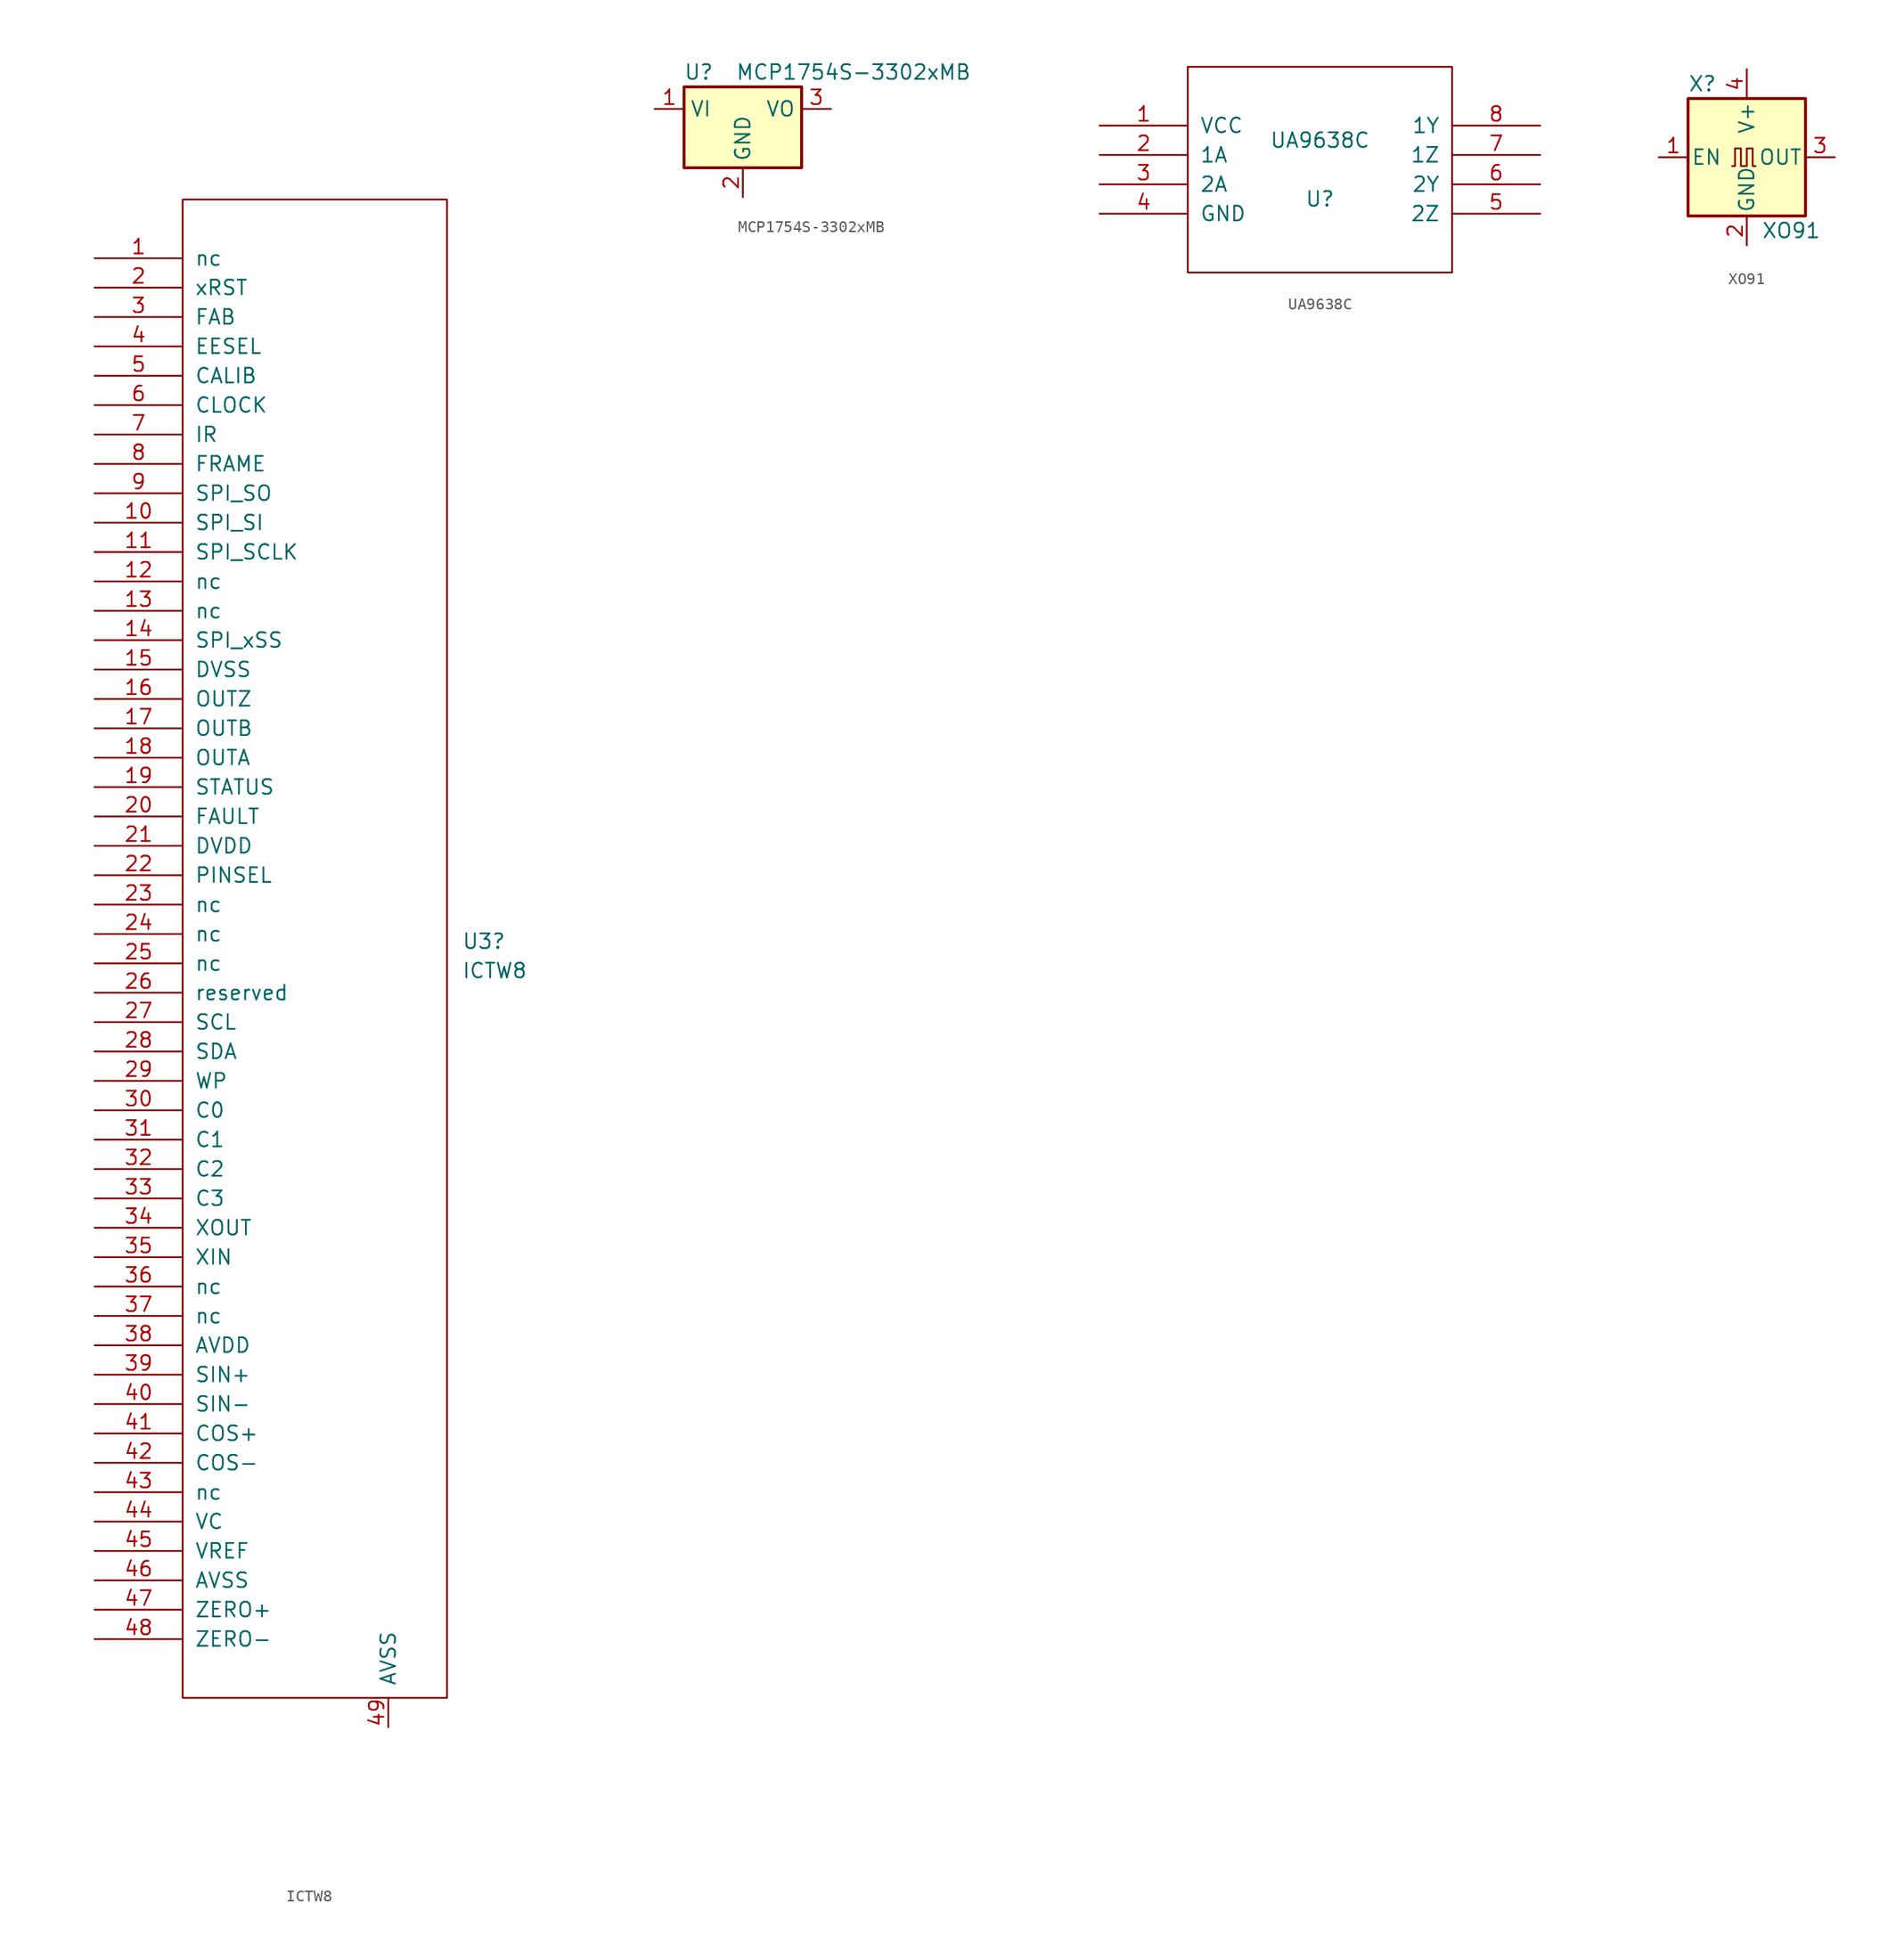
<source format=kicad_sym>
(kicad_symbol_lib
  (version 20220914)
  (generator kicad_symbol_editor)
  (symbol "ICTW8"
    (pin_names
      (offset 1.016))
    (property "Reference" "U3"
      (at 12.7 0.635 0)
      (effects (font (size 1.27 1.27)) (justify left)))
    (property "Value" "ICTW8"
      (at 12.7 -1.905 0)
      (effects (font (size 1.27 1.27)) (justify left)))
    (symbol "ICTW8_1_0"
      (rectangle (start -11.43 -64.77) (end 11.43 64.77) (stroke (width 0) (type solid)) (fill (type none))))
    (symbol "ICTW8_1_1"
      (pin input line (at -19.05 59.69 0) (length 7.62) (name "nc" (effects (font (size 1.27 1.27)))) (number "1" (effects (font (size 1.27 1.27)))))
      (pin input line (at -19.05 36.83 0) (length 7.62) (name "SPI_SI" (effects (font (size 1.27 1.27)))) (number "10" (effects (font (size 1.27 1.27)))))
      (pin input line (at -19.05 34.29 0) (length 7.62) (name "SPI_SCLK" (effects (font (size 1.27 1.27)))) (number "11" (effects (font (size 1.27 1.27)))))
      (pin input line (at -19.05 31.75 0) (length 7.62) (name "nc" (effects (font (size 1.27 1.27)))) (number "12" (effects (font (size 1.27 1.27)))))
      (pin input line (at -19.05 29.21 0) (length 7.62) (name "nc" (effects (font (size 1.27 1.27)))) (number "13" (effects (font (size 1.27 1.27)))))
      (pin input line (at -19.05 26.67 0) (length 7.62) (name "SPI_xSS" (effects (font (size 1.27 1.27)))) (number "14" (effects (font (size 1.27 1.27)))))
      (pin input line (at -19.05 24.13 0) (length 7.62) (name "DVSS" (effects (font (size 1.27 1.27)))) (number "15" (effects (font (size 1.27 1.27)))))
      (pin input line (at -19.05 21.59 0) (length 7.62) (name "OUTZ" (effects (font (size 1.27 1.27)))) (number "16" (effects (font (size 1.27 1.27)))))
      (pin input line (at -19.05 19.05 0) (length 7.62) (name "OUTB" (effects (font (size 1.27 1.27)))) (number "17" (effects (font (size 1.27 1.27)))))
      (pin input line (at -19.05 16.51 0) (length 7.62) (name "OUTA" (effects (font (size 1.27 1.27)))) (number "18" (effects (font (size 1.27 1.27)))))
      (pin input line (at -19.05 13.97 0) (length 7.62) (name "STATUS" (effects (font (size 1.27 1.27)))) (number "19" (effects (font (size 1.27 1.27)))))
      (pin input line (at -19.05 57.15 0) (length 7.62) (name "xRST" (effects (font (size 1.27 1.27)))) (number "2" (effects (font (size 1.27 1.27)))))
      (pin input line (at -19.05 11.43 0) (length 7.62) (name "FAULT" (effects (font (size 1.27 1.27)))) (number "20" (effects (font (size 1.27 1.27)))))
      (pin input line (at -19.05 8.89 0) (length 7.62) (name "DVDD" (effects (font (size 1.27 1.27)))) (number "21" (effects (font (size 1.27 1.27)))))
      (pin input line (at -19.05 6.35 0) (length 7.62) (name "PINSEL" (effects (font (size 1.27 1.27)))) (number "22" (effects (font (size 1.27 1.27)))))
      (pin input line (at -19.05 3.81 0) (length 7.62) (name "nc" (effects (font (size 1.27 1.27)))) (number "23" (effects (font (size 1.27 1.27)))))
      (pin input line (at -19.05 1.27 0) (length 7.62) (name "nc" (effects (font (size 1.27 1.27)))) (number "24" (effects (font (size 1.27 1.27)))))
      (pin input line (at -19.05 -1.27 0) (length 7.62) (name "nc" (effects (font (size 1.27 1.27)))) (number "25" (effects (font (size 1.27 1.27)))))
      (pin input line (at -19.05 -3.81 0) (length 7.62) (name "reserved" (effects (font (size 1.27 1.27)))) (number "26" (effects (font (size 1.27 1.27)))))
      (pin input line (at -19.05 -6.35 0) (length 7.62) (name "SCL" (effects (font (size 1.27 1.27)))) (number "27" (effects (font (size 1.27 1.27)))))
      (pin input line (at -19.05 -8.89 0) (length 7.62) (name "SDA" (effects (font (size 1.27 1.27)))) (number "28" (effects (font (size 1.27 1.27)))))
      (pin input line (at -19.05 -11.43 0) (length 7.62) (name "WP" (effects (font (size 1.27 1.27)))) (number "29" (effects (font (size 1.27 1.27)))))
      (pin input line (at -19.05 54.61 0) (length 7.62) (name "FAB" (effects (font (size 1.27 1.27)))) (number "3" (effects (font (size 1.27 1.27)))))
      (pin input line (at -19.05 -13.97 0) (length 7.62) (name "C0" (effects (font (size 1.27 1.27)))) (number "30" (effects (font (size 1.27 1.27)))))
      (pin input line (at -19.05 -16.51 0) (length 7.62) (name "C1" (effects (font (size 1.27 1.27)))) (number "31" (effects (font (size 1.27 1.27)))))
      (pin input line (at -19.05 -19.05 0) (length 7.62) (name "C2" (effects (font (size 1.27 1.27)))) (number "32" (effects (font (size 1.27 1.27)))))
      (pin input line (at -19.05 -21.59 0) (length 7.62) (name "C3" (effects (font (size 1.27 1.27)))) (number "33" (effects (font (size 1.27 1.27)))))
      (pin input line (at -19.05 -24.13 0) (length 7.62) (name "XOUT" (effects (font (size 1.27 1.27)))) (number "34" (effects (font (size 1.27 1.27)))))
      (pin input line (at -19.05 -26.67 0) (length 7.62) (name "XIN" (effects (font (size 1.27 1.27)))) (number "35" (effects (font (size 1.27 1.27)))))
      (pin input line (at -19.05 -29.21 0) (length 7.62) (name "nc" (effects (font (size 1.27 1.27)))) (number "36" (effects (font (size 1.27 1.27)))))
      (pin input line (at -19.05 -31.75 0) (length 7.62) (name "nc" (effects (font (size 1.27 1.27)))) (number "37" (effects (font (size 1.27 1.27)))))
      (pin input line (at -19.05 -34.29 0) (length 7.62) (name "AVDD" (effects (font (size 1.27 1.27)))) (number "38" (effects (font (size 1.27 1.27)))))
      (pin input line (at -19.05 -36.83 0) (length 7.62) (name "SIN+" (effects (font (size 1.27 1.27)))) (number "39" (effects (font (size 1.27 1.27)))))
      (pin input line (at -19.05 52.07 0) (length 7.62) (name "EESEL" (effects (font (size 1.27 1.27)))) (number "4" (effects (font (size 1.27 1.27)))))
      (pin input line (at -19.05 -39.37 0) (length 7.62) (name "SIN-" (effects (font (size 1.27 1.27)))) (number "40" (effects (font (size 1.27 1.27)))))
      (pin input line (at -19.05 -41.91 0) (length 7.62) (name "COS+" (effects (font (size 1.27 1.27)))) (number "41" (effects (font (size 1.27 1.27)))))
      (pin input line (at -19.05 -44.45 0) (length 7.62) (name "COS-" (effects (font (size 1.27 1.27)))) (number "42" (effects (font (size 1.27 1.27)))))
      (pin input line (at -19.05 -46.99 0) (length 7.62) (name "nc" (effects (font (size 1.27 1.27)))) (number "43" (effects (font (size 1.27 1.27)))))
      (pin input line (at -19.05 -49.53 0) (length 7.62) (name "VC" (effects (font (size 1.27 1.27)))) (number "44" (effects (font (size 1.27 1.27)))))
      (pin input line (at -19.05 -52.07 0) (length 7.62) (name "VREF" (effects (font (size 1.27 1.27)))) (number "45" (effects (font (size 1.27 1.27)))))
      (pin input line (at -19.05 -54.61 0) (length 7.62) (name "AVSS" (effects (font (size 1.27 1.27)))) (number "46" (effects (font (size 1.27 1.27)))))
      (pin input line (at -19.05 -57.15 0) (length 7.62) (name "ZERO+" (effects (font (size 1.27 1.27)))) (number "47" (effects (font (size 1.27 1.27)))))
      (pin input line (at -19.05 -59.69 0) (length 7.62) (name "ZERO-" (effects (font (size 1.27 1.27)))) (number "48" (effects (font (size 1.27 1.27)))))
      (pin input line (at 6.35 -67.31 90) (length 2.54) (name "AVSS" (effects (font (size 1.27 1.27)))) (number "49" (effects (font (size 1.27 1.27)))))
      (pin input line (at -19.05 49.53 0) (length 7.62) (name "CALIB" (effects (font (size 1.27 1.27)))) (number "5" (effects (font (size 1.27 1.27)))))
      (pin input line (at -19.05 46.99 0) (length 7.62) (name "CLOCK" (effects (font (size 1.27 1.27)))) (number "6" (effects (font (size 1.27 1.27)))))
      (pin input line (at -19.05 44.45 0) (length 7.62) (name "IR" (effects (font (size 1.27 1.27)))) (number "7" (effects (font (size 1.27 1.27)))))
      (pin input line (at -19.05 41.91 0) (length 7.62) (name "FRAME" (effects (font (size 1.27 1.27)))) (number "8" (effects (font (size 1.27 1.27)))))
      (pin input line (at -19.05 39.37 0) (length 7.62) (name "SPI_SO" (effects (font (size 1.27 1.27)))) (number "9" (effects (font (size 1.27 1.27)))))))
  (symbol "MCP1754S-3302xMB"
    (property "Reference" "U"
      (at -3.81 3.175 0)
      (effects (font (size 1.27 1.27))))
    (property "Value" "MCP1754S-3302xMB"
      (at -0.635 3.175 0)
      (effects (font (size 1.27 1.27)) (justify left)))
    (symbol "MCP1754S-3302xMB_0_1"
      (rectangle (start -5.08 -5.08) (end 5.08 1.905) (stroke (width 0.254) (type default)) (fill (type background))))
    (symbol "MCP1754S-3302xMB_1_1"
      (pin power_in line (at -7.62 0 0) (length 2.54) (name "VI" (effects (font (size 1.27 1.27)))) (number "1" (effects (font (size 1.27 1.27)))))
      (pin power_in line (at 0 -7.62 90) (length 2.54) (name "GND" (effects (font (size 1.27 1.27)))) (number "2" (effects (font (size 1.27 1.27)))))
      (pin power_out line (at 7.62 0 180) (length 2.54) (name "VO" (effects (font (size 1.27 1.27)))) (number "3" (effects (font (size 1.27 1.27)))))))
  (symbol "UA9638C"
    (pin_names
      (offset 1.016))
    (property "Reference" "U"
      (at 0 -2.54 0)
      (effects (font (size 1.27 1.27))))
    (property "Value" "UA9638C"
      (at 0 2.54 0)
      (effects (font (size 1.27 1.27))))
    (symbol "UA9638C_1_0"
      (rectangle (start -11.43 -8.89) (end 11.43 8.89) (stroke (width 0) (type solid)) (fill (type none))))
    (symbol "UA9638C_1_1"
      (pin power_in line (at -19.05 3.81 0) (length 7.62) (name "VCC" (effects (font (size 1.27 1.27)))) (number "1" (effects (font (size 1.27 1.27)))))
      (pin input line (at -19.05 1.27 0) (length 7.62) (name "1A" (effects (font (size 1.27 1.27)))) (number "2" (effects (font (size 1.27 1.27)))))
      (pin input line (at -19.05 -1.27 0) (length 7.62) (name "2A" (effects (font (size 1.27 1.27)))) (number "3" (effects (font (size 1.27 1.27)))))
      (pin power_in line (at -19.05 -3.81 0) (length 7.62) (name "GND" (effects (font (size 1.27 1.27)))) (number "4" (effects (font (size 1.27 1.27)))))
      (pin input line (at 19.05 -3.81 180) (length 7.62) (name "2Z" (effects (font (size 1.27 1.27)))) (number "5" (effects (font (size 1.27 1.27)))))
      (pin input line (at 19.05 -1.27 180) (length 7.62) (name "2Y" (effects (font (size 1.27 1.27)))) (number "6" (effects (font (size 1.27 1.27)))))
      (pin input line (at 19.05 1.27 180) (length 7.62) (name "1Z" (effects (font (size 1.27 1.27)))) (number "7" (effects (font (size 1.27 1.27)))))
      (pin input line (at 19.05 3.81 180) (length 7.62) (name "1Y" (effects (font (size 1.27 1.27)))) (number "8" (effects (font (size 1.27 1.27)))))))
  (symbol "XO91"
    (pin_names
      (offset 0.254))
    (property "Reference" "X"
      (at -5.08 6.35 0)
      (effects (font (size 1.27 1.27)) (justify left)))
    (property "Value" "XO91"
      (at 1.27 -6.35 0)
      (effects (font (size 1.27 1.27)) (justify left)))
    (symbol "XO91_0_1"
      (rectangle (start -5.08 5.08) (end 5.08 -5.08) (stroke (width 0.254) (type default)) (fill (type background)))
      (polyline (pts (xy 0.762 -0.762) (xy 0.508 -0.762) (xy 0.508 0.762) (xy 0 0.762) (xy 0 -0.762) (xy -0.508 -0.762) (xy -0.508 0.762) (xy -1.016 0.762) (xy -1.016 -0.762) (xy -1.27 -0.762)) (stroke (width 0) (type default)) (fill (type none))))
    (symbol "XO91_1_1"
      (pin input line (at -7.62 0 0) (length 2.54) (name "EN" (effects (font (size 1.27 1.27)))) (number "1" (effects (font (size 1.27 1.27)))))
      (pin power_in line (at 0 -7.62 90) (length 2.54) (name "GND" (effects (font (size 1.27 1.27)))) (number "2" (effects (font (size 1.27 1.27)))))
      (pin output line (at 7.62 0 180) (length 2.54) (name "OUT" (effects (font (size 1.27 1.27)))) (number "3" (effects (font (size 1.27 1.27)))))
      (pin power_in line (at 0 7.62 270) (length 2.54) (name "V+" (effects (font (size 1.27 1.27)))) (number "4" (effects (font (size 1.27 1.27))))))))
</source>
